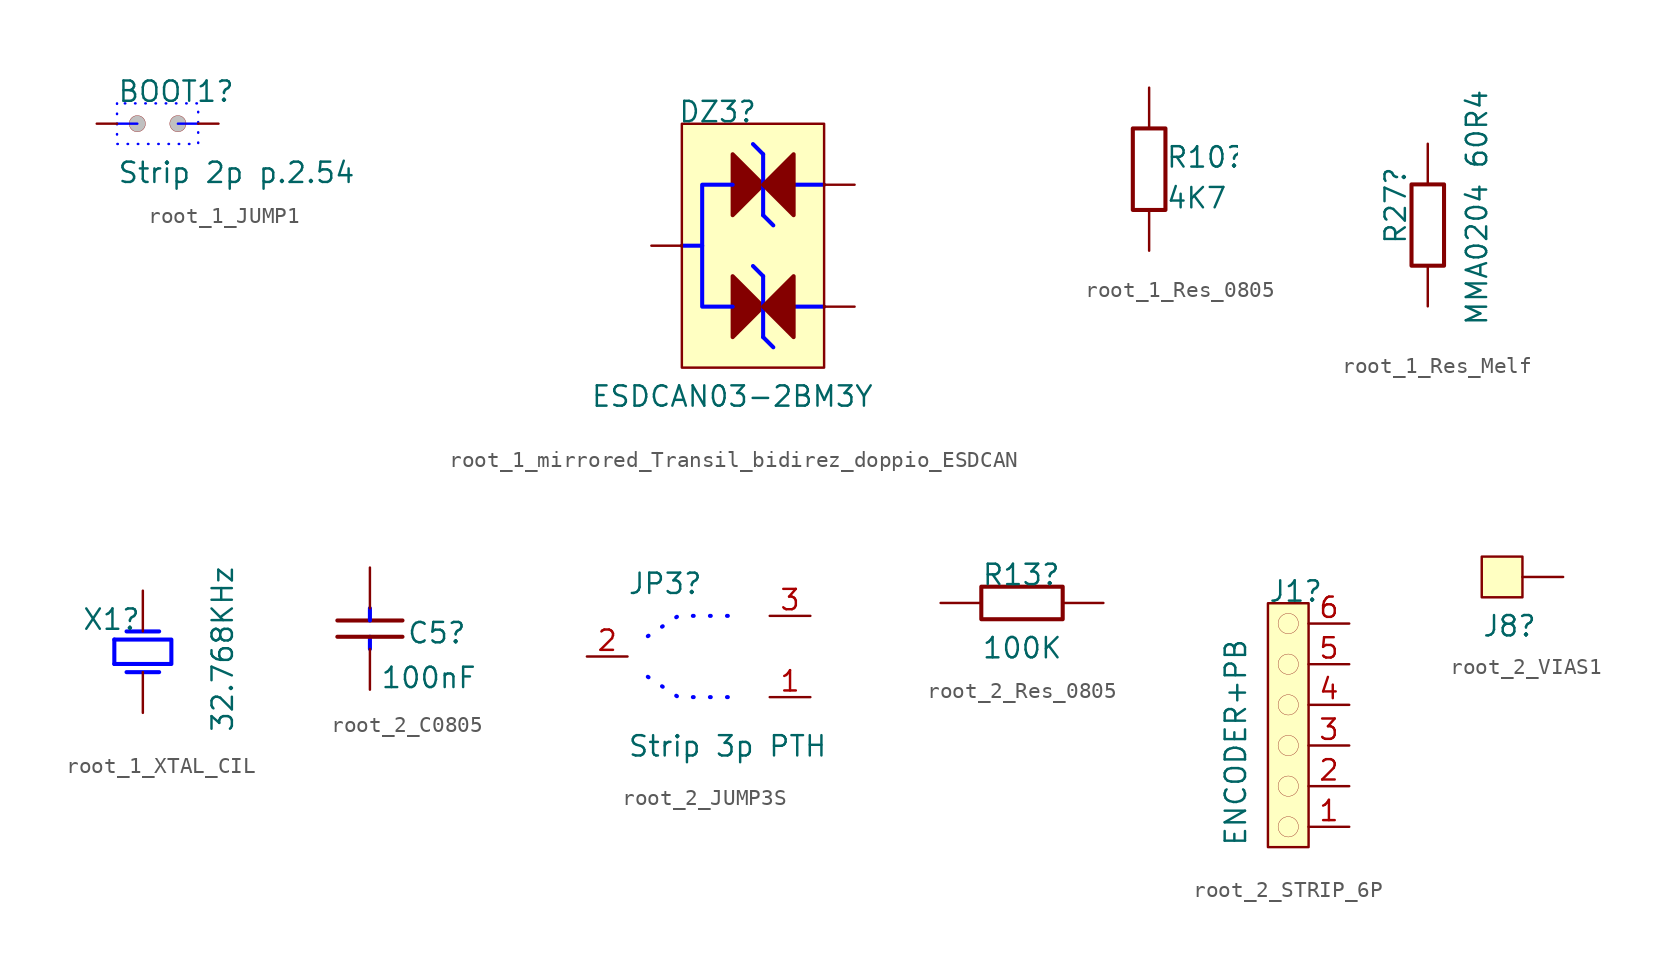
<source format=kicad_sym>
(kicad_symbol_lib
  (version 20220914)
  (generator kicad_symbol_editor)
  (symbol "root_1_JUMP1"
    (property "Reference" "BOOT1"
      (at 0 2.54 0)
      (effects (font (size 1.27 1.27)) (justify left bottom)))
    (property "Value" "Strip 2p p.2.54"
      (at 0 -2.54 0)
      (effects (font (size 1.27 1.27)) (justify left bottom)))
    (symbol "root_1_JUMP1_1_0"
      (polyline (pts (xy 1.27 1.27) (xy 0 1.27)) (stroke (width 0) (type solid) (color 0 0 255 1)) (fill (type none)))
      (polyline (pts (xy 3.81 1.27) (xy 5.08 1.27)) (stroke (width 0) (type solid) (color 0 0 255 1)) (fill (type none)))
      (polyline (pts (xy 0 2.54) (xy 0 0) (xy 5.08 0) (xy 5.08 2.54) (xy 0 2.54)) (stroke (width 0) (type dot) (color 0 0 255 1)) (fill (type none)))
      (circle (center 1.27 1.27) (radius 0.508) (stroke (width 0.0001) (type solid)) (fill (type color) (color 192 192 192 1)))
      (circle (center 3.81 1.27) (radius 0.508) (stroke (width 0.0001) (type solid)) (fill (type color) (color 192 192 192 1)))
      (pin passive line (at -1.27 1.27 0) (length 1.27) (name "" (effects (font (size 0 0)))) (number "1" (effects (font (size 0 0)))))
      (pin passive line (at 6.35 1.27 180) (length 1.27) (name "" (effects (font (size 0 0)))) (number "2" (effects (font (size 0 0)))))))
  (symbol "root_1_mirrored_Transil_bidirez_doppio_ESDCAN"
    (property "Reference" "DZ3"
      (at -5.969 11.43 0)
      (effects (font (size 1.27 1.27)) (justify left bottom)))
    (property "Value" "ESDCAN03-2BM3Y"
      (at -11.43 -6.35 0)
      (effects (font (size 1.27 1.27)) (justify left bottom)))
    (symbol "root_1_mirrored_Transil_bidirez_doppio_ESDCAN_1_0"
      (polyline (pts (xy -5.715 3.81) (xy -4.445 3.81)) (stroke (width 0.254) (type solid) (color 0 0 255 1)) (fill (type none)))
      (polyline (pts (xy -0.635 -1.905) (xy 0 -2.54)) (stroke (width 0.254) (type solid) (color 0 0 255 1)) (fill (type none)))
      (polyline (pts (xy -0.635 1.905) (xy -1.27 2.54)) (stroke (width 0.254) (type solid) (color 0 0 255 1)) (fill (type none)))
      (polyline (pts (xy -0.635 1.905) (xy -0.635 -1.905)) (stroke (width 0.254) (type solid) (color 0 0 255 1)) (fill (type none)))
      (polyline (pts (xy -0.635 5.715) (xy 0 5.08)) (stroke (width 0.254) (type solid) (color 0 0 255 1)) (fill (type none)))
      (polyline (pts (xy -0.635 9.525) (xy -1.27 10.16)) (stroke (width 0.254) (type solid) (color 0 0 255 1)) (fill (type none)))
      (polyline (pts (xy -0.635 9.525) (xy -0.635 5.715)) (stroke (width 0.254) (type solid) (color 0 0 255 1)) (fill (type none)))
      (polyline (pts (xy 1.27 0) (xy 3.175 0)) (stroke (width 0.254) (type solid) (color 0 0 255 1)) (fill (type none)))
      (polyline (pts (xy 1.27 7.62) (xy 3.175 7.62)) (stroke (width 0.254) (type solid) (color 0 0 255 1)) (fill (type none)))
      (polyline (pts (xy -2.54 0) (xy -4.445 0) (xy -4.445 7.62) (xy -2.54 7.62)) (stroke (width 0.254) (type solid) (color 0 0 255 1)) (fill (type none)))
      (polyline (pts (xy -2.54 1.905) (xy -0.635 0) (xy -2.54 -1.905) (xy -2.54 1.905)) (stroke (width 0.254) (type solid)) (fill (type outline)))
      (polyline (pts (xy -2.54 9.525) (xy -0.635 7.62) (xy -2.54 5.715) (xy -2.54 9.525)) (stroke (width 0.254) (type solid)) (fill (type outline)))
      (polyline (pts (xy 1.27 -1.905) (xy -0.635 0) (xy 1.27 1.905) (xy 1.27 -1.905)) (stroke (width 0.254) (type solid)) (fill (type outline)))
      (polyline (pts (xy 1.27 5.715) (xy -0.635 7.62) (xy 1.27 9.525) (xy 1.27 5.715)) (stroke (width 0.254) (type solid)) (fill (type outline)))
      (rectangle (start 3.175 11.43) (end -5.715 -3.81) (stroke (width 0) (type solid)) (fill (type background)))
      (pin passive line (at 5.08 0 180) (length 1.905) (name "A/K" (effects (font (size 0 0)))) (number "1" (effects (font (size 0 0)))))
      (pin passive line (at 5.08 7.62 180) (length 1.905) (name "A/K" (effects (font (size 0 0)))) (number "2" (effects (font (size 0 0)))))
      (pin passive line (at -7.62 3.81 0) (length 1.905) (name "A/K" (effects (font (size 0 0)))) (number "3" (effects (font (size 0 0)))))))
  (symbol "root_1_Res_0805"
    (property "Reference" "R10"
      (at 3.556 2.54 0)
      (effects (font (size 1.27 1.27)) (justify left bottom)))
    (property "Value" "4K7"
      (at 3.556 0 0)
      (effects (font (size 1.27 1.27)) (justify left bottom)))
    (symbol "root_1_Res_0805_1_0"
      (rectangle (start 3.556 5.08) (end 1.524 0) (stroke (width 0.254) (type solid)) (fill (type none)))
      (pin passive line (at 2.54 -2.54 90) (length 2.54) (name "1" (effects (font (size 0 0)))) (number "1" (effects (font (size 0 0)))))
      (pin passive line (at 2.54 7.62 270) (length 2.54) (name "2" (effects (font (size 0 0)))) (number "2" (effects (font (size 0 0)))))))
  (symbol "root_1_Res_Melf"
    (property "Reference" "R27"
      (at 1.27 1.27 90)
      (effects (font (size 1.27 1.27)) (justify left bottom)))
    (property "Value" "MMA0204 60R4"
      (at 6.35 -3.81 90)
      (effects (font (size 1.27 1.27)) (justify left bottom)))
    (symbol "root_1_Res_Melf_1_0"
      (rectangle (start 3.556 5.08) (end 1.524 0) (stroke (width 0.254) (type solid)) (fill (type none)))
      (pin passive line (at 2.54 -2.54 90) (length 2.54) (name "1" (effects (font (size 0 0)))) (number "1" (effects (font (size 0 0)))))
      (pin passive line (at 2.54 7.62 270) (length 2.54) (name "2" (effects (font (size 0 0)))) (number "2" (effects (font (size 0 0)))))))
  (symbol "root_1_XTAL_CIL"
    (property "Reference" "X1"
      (at -1.27 2.54 0)
      (effects (font (size 1.27 1.27)) (justify left bottom)))
    (property "Value" "32.768KHz"
      (at 8.255 -3.81 90)
      (effects (font (size 1.27 1.27)) (justify left bottom)))
    (symbol "root_1_XTAL_CIL_1_0"
      (polyline (pts (xy 0.762 0.508) (xy 0.762 2.032)) (stroke (width 0.254) (type solid) (color 0 0 255 1)) (fill (type none)))
      (polyline (pts (xy 1.524 0) (xy 3.556 0)) (stroke (width 0.254) (type solid) (color 0 0 255 1)) (fill (type none)))
      (polyline (pts (xy 1.524 2.54) (xy 3.556 2.54)) (stroke (width 0.254) (type solid) (color 0 0 255 1)) (fill (type none)))
      (polyline (pts (xy 0.762 2.032) (xy 4.318 2.032) (xy 4.318 0.508) (xy 0.762 0.508)) (stroke (width 0.254) (type solid) (color 0 0 255 1)) (fill (type none)))
      (pin passive line (at 2.54 -2.54 90) (length 2.54) (name "OSC1" (effects (font (size 0 0)))) (number "1" (effects (font (size 0 0)))))
      (pin passive line (at 2.54 5.08 270) (length 2.54) (name "OSC2" (effects (font (size 0 0)))) (number "2" (effects (font (size 0 0)))))))
  (symbol "root_2_C0805"
    (property "Reference" "C5"
      (at 2.286 0.254 0)
      (effects (font (size 1.27 1.27)) (justify left bottom)))
    (property "Value" "100nF"
      (at 0.635 -2.54 0)
      (effects (font (size 1.27 1.27)) (justify left bottom)))
    (symbol "root_2_C0805_1_0"
      (polyline (pts (xy -2.032 1.778) (xy 2.032 1.778)) (stroke (width 0.254) (type solid)) (fill (type none)))
      (polyline (pts (xy 0 0) (xy 0 0.762)) (stroke (width 0.254) (type solid) (color 0 0 255 1)) (fill (type none)))
      (polyline (pts (xy 0 2.54) (xy 0 1.778)) (stroke (width 0.254) (type solid) (color 0 0 255 1)) (fill (type none)))
      (polyline (pts (xy 2.032 0.762) (xy -2.032 0.762)) (stroke (width 0.254) (type solid)) (fill (type none)))
      (pin passive line (at 0 -2.54 90) (length 2.54) (name "1" (effects (font (size 0 0)))) (number "1" (effects (font (size 0 0)))))
      (pin passive line (at 0 5.08 270) (length 2.54) (name "2" (effects (font (size 0 0)))) (number "2" (effects (font (size 0 0)))))))
  (symbol "root_2_JUMP3S"
    (property "Reference" "JP3"
      (at -7.633 6.35 0)
      (effects (font (size 1.27 1.27)) (justify left bottom)))
    (property "Value" "Strip 3p PTH"
      (at -7.633 -3.81 0)
      (effects (font (size 1.27 1.27)) (justify left bottom)))
    (symbol "root_2_JUMP3S_1_0"
      (polyline (pts (xy -6.35 1.27) (xy -4.445 0) (xy -1.27 0)) (stroke (width 0.254) (type dot) (color 0 0 255 1)) (fill (type none)))
      (polyline (pts (xy -6.35 3.81) (xy -4.445 5.08) (xy -1.27 5.08)) (stroke (width 0.254) (type dot) (color 0 0 255 1)) (fill (type none)))
      (pin passive line (at 3.81 0 180) (length 2.54) (name "1" (effects (font (size 0 0)))) (number "1" (effects (font (size 1.27 1.27)))))
      (pin passive line (at -10.16 2.54 0) (length 2.54) (name "2" (effects (font (size 0 0)))) (number "2" (effects (font (size 1.27 1.27)))))
      (pin passive line (at 3.81 5.08 180) (length 2.54) (name "3" (effects (font (size 0 0)))) (number "3" (effects (font (size 1.27 1.27)))))))
  (symbol "root_2_Res_0805"
    (property "Reference" "R13"
      (at -5.08 3.556 0)
      (effects (font (size 1.27 1.27)) (justify left bottom)))
    (property "Value" "100K"
      (at -5.08 -1.016 0)
      (effects (font (size 1.27 1.27)) (justify left bottom)))
    (symbol "root_2_Res_0805_1_0"
      (rectangle (start 0 3.556) (end -5.08 1.524) (stroke (width 0.254) (type solid)) (fill (type none)))
      (pin passive line (at 2.54 2.54 180) (length 2.54) (name "1" (effects (font (size 0 0)))) (number "1" (effects (font (size 0 0)))))
      (pin passive line (at -7.62 2.54 0) (length 2.54) (name "2" (effects (font (size 0 0)))) (number "2" (effects (font (size 0 0)))))))
  (symbol "root_2_STRIP_6P"
    (property "Reference" "J1"
      (at -2.54 15.24 0)
      (effects (font (size 1.27 1.27)) (justify left bottom)))
    (property "Value" "ENCODER+PB"
      (at -3.81 0 90)
      (effects (font (size 1.27 1.27)) (justify left bottom)))
    (symbol "root_2_STRIP_6P_1_0"
      (circle (center -1.27 1.27) (radius 0.635) (stroke (width 0.0001) (type solid)) (fill (type color) (color 192 192 192 1)))
      (circle (center -1.27 3.81) (radius 0.635) (stroke (width 0.0001) (type solid)) (fill (type color) (color 192 192 192 1)))
      (circle (center -1.27 6.35) (radius 0.635) (stroke (width 0.0001) (type solid)) (fill (type color) (color 192 192 192 1)))
      (circle (center -1.27 8.89) (radius 0.635) (stroke (width 0.0001) (type solid)) (fill (type color) (color 192 192 192 1)))
      (circle (center -1.27 11.43) (radius 0.635) (stroke (width 0.0001) (type solid)) (fill (type color) (color 192 192 192 1)))
      (circle (center -1.27 13.97) (radius 0.635) (stroke (width 0.0001) (type solid)) (fill (type color) (color 192 192 192 1)))
      (rectangle (start 0 15.24) (end -2.54 0) (stroke (width 0) (type solid)) (fill (type background)))
      (pin passive line (at 2.54 1.27 180) (length 2.54) (name "1" (effects (font (size 0 0)))) (number "1" (effects (font (size 1.27 1.27)))))
      (pin passive line (at 2.54 3.81 180) (length 2.54) (name "2" (effects (font (size 0 0)))) (number "2" (effects (font (size 1.27 1.27)))))
      (pin passive line (at 2.54 6.35 180) (length 2.54) (name "3" (effects (font (size 0 0)))) (number "3" (effects (font (size 1.27 1.27)))))
      (pin passive line (at 2.54 8.89 180) (length 2.54) (name "4" (effects (font (size 0 0)))) (number "4" (effects (font (size 1.27 1.27)))))
      (pin passive line (at 2.54 11.43 180) (length 2.54) (name "5" (effects (font (size 0 0)))) (number "5" (effects (font (size 1.27 1.27)))))
      (pin passive line (at 2.54 13.97 180) (length 2.54) (name "6" (effects (font (size 0 0)))) (number "6" (effects (font (size 1.27 1.27)))))))
  (symbol "root_2_VIAS1"
    (property "Reference" "J8"
      (at -2.54 -3.81 0)
      (effects (font (size 1.27 1.27)) (justify left bottom)))
    (symbol "root_2_VIAS1_1_0"
      (rectangle (start 0 1.27) (end -2.54 -1.27) (stroke (width 0) (type solid)) (fill (type background)))
      (pin passive line (at 2.54 0 180) (length 2.54) (name "1" (effects (font (size 0 0)))) (number "1" (effects (font (size 0 0))))))))
</source>
